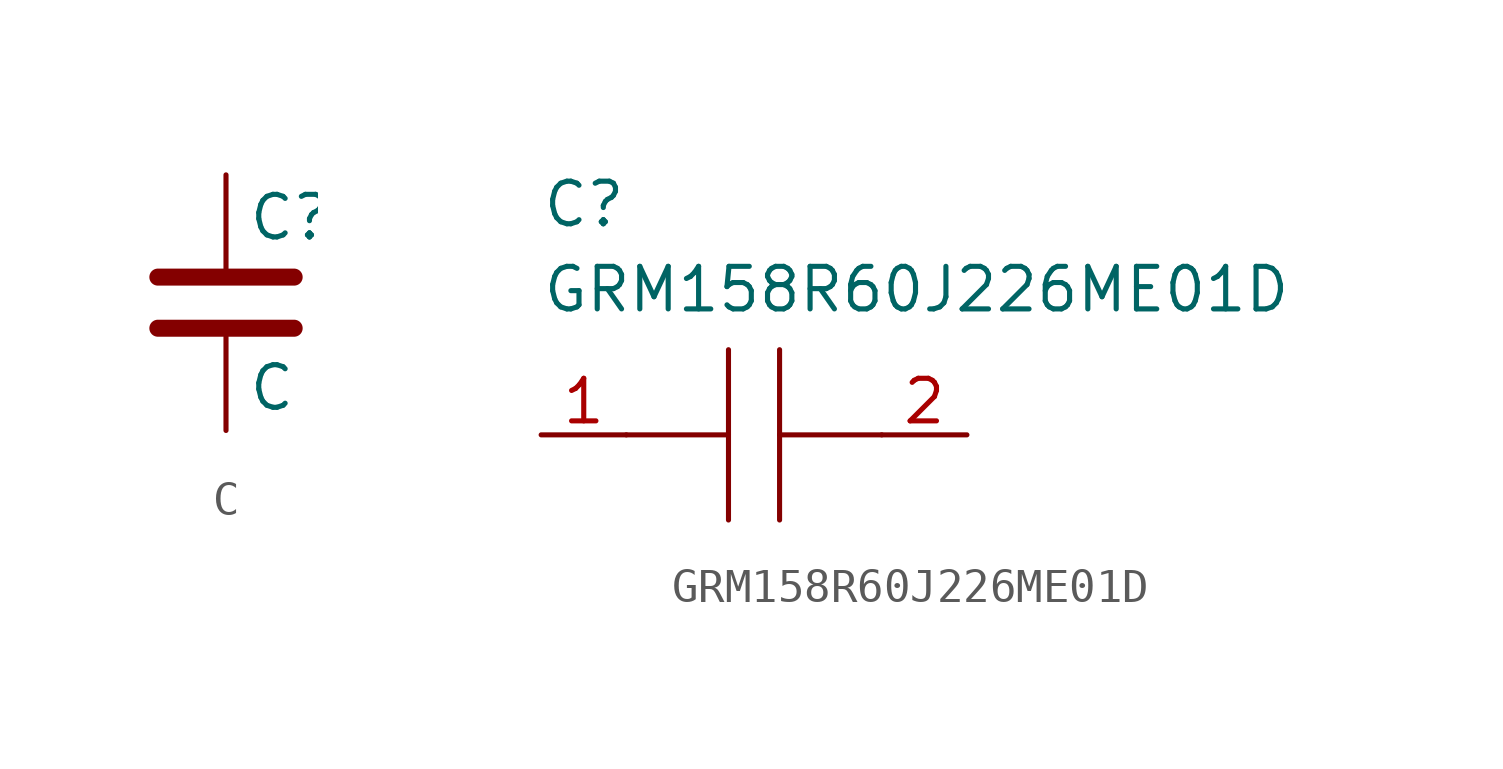
<source format=kicad_sym>
(kicad_symbol_lib
  (version 20241209)
  (generator "kicad_symbol_editor")
  (generator_version "9.0")
  (symbol "C"
    (pin_numbers
      (hide yes))
    (pin_names
      (offset 0.254))
    (property "Reference" "C"
      (at 0.635 -1.27 0)
      (effects (font (size 1.27 1.27)) (justify left)))
    (property "Value" "C"
      (at 0.635 -6.35 0)
      (effects (font (size 1.27 1.27)) (justify left)))
    (symbol "C_0_1"
      (polyline (pts (xy -2.032 -3.048) (xy 2.032 -3.048)) (stroke (width 0.508) (type default)) (fill (type none)))
      (polyline (pts (xy -2.032 -4.572) (xy 2.032 -4.572)) (stroke (width 0.508) (type default)) (fill (type none))))
    (symbol "C_1_1"
      (pin passive line (at 0 0 270) (length 2.794) (name "~" (effects (font (size 1.27 1.27)))) (number "1" (effects (font (size 1.27 1.27)))))
      (pin passive line (at 0 -7.62 90) (length 2.794) (name "~" (effects (font (size 1.27 1.27)))) (number "2" (effects (font (size 1.27 1.27)))))))
  (symbol "GRM158R60J226ME01D"
    (pin_names
      (offset 0.762))
    (property "Reference" "C"
      (at 0 7.62 0)
      (effects (font (size 1.27 1.27)) (justify left top)))
    (property "Value" "GRM158R60J226ME01D"
      (at 0 5.08 0)
      (effects (font (size 1.27 1.27)) (justify left top)))
    (symbol "GRM158R60J226ME01D_0_0"
      (pin passive line (at 0 0 0) (length 2.54) (name "~" (effects (font (size 1.27 1.27)))) (number "1" (effects (font (size 1.27 1.27)))))
      (pin passive line (at 12.7 0 180) (length 2.54) (name "~" (effects (font (size 1.27 1.27)))) (number "2" (effects (font (size 1.27 1.27))))))
    (symbol "GRM158R60J226ME01D_0_1"
      (polyline (pts (xy 2.54 0) (xy 5.588 0)) (stroke (width 0.152) (type default)) (fill (type none)))
      (polyline (pts (xy 5.588 2.54) (xy 5.588 -2.54)) (stroke (width 0.152) (type default)) (fill (type none)))
      (polyline (pts (xy 7.112 2.54) (xy 7.112 -2.54)) (stroke (width 0.152) (type default)) (fill (type none)))
      (polyline (pts (xy 7.112 0) (xy 10.16 0)) (stroke (width 0.152) (type default)) (fill (type none))))))
</source>
